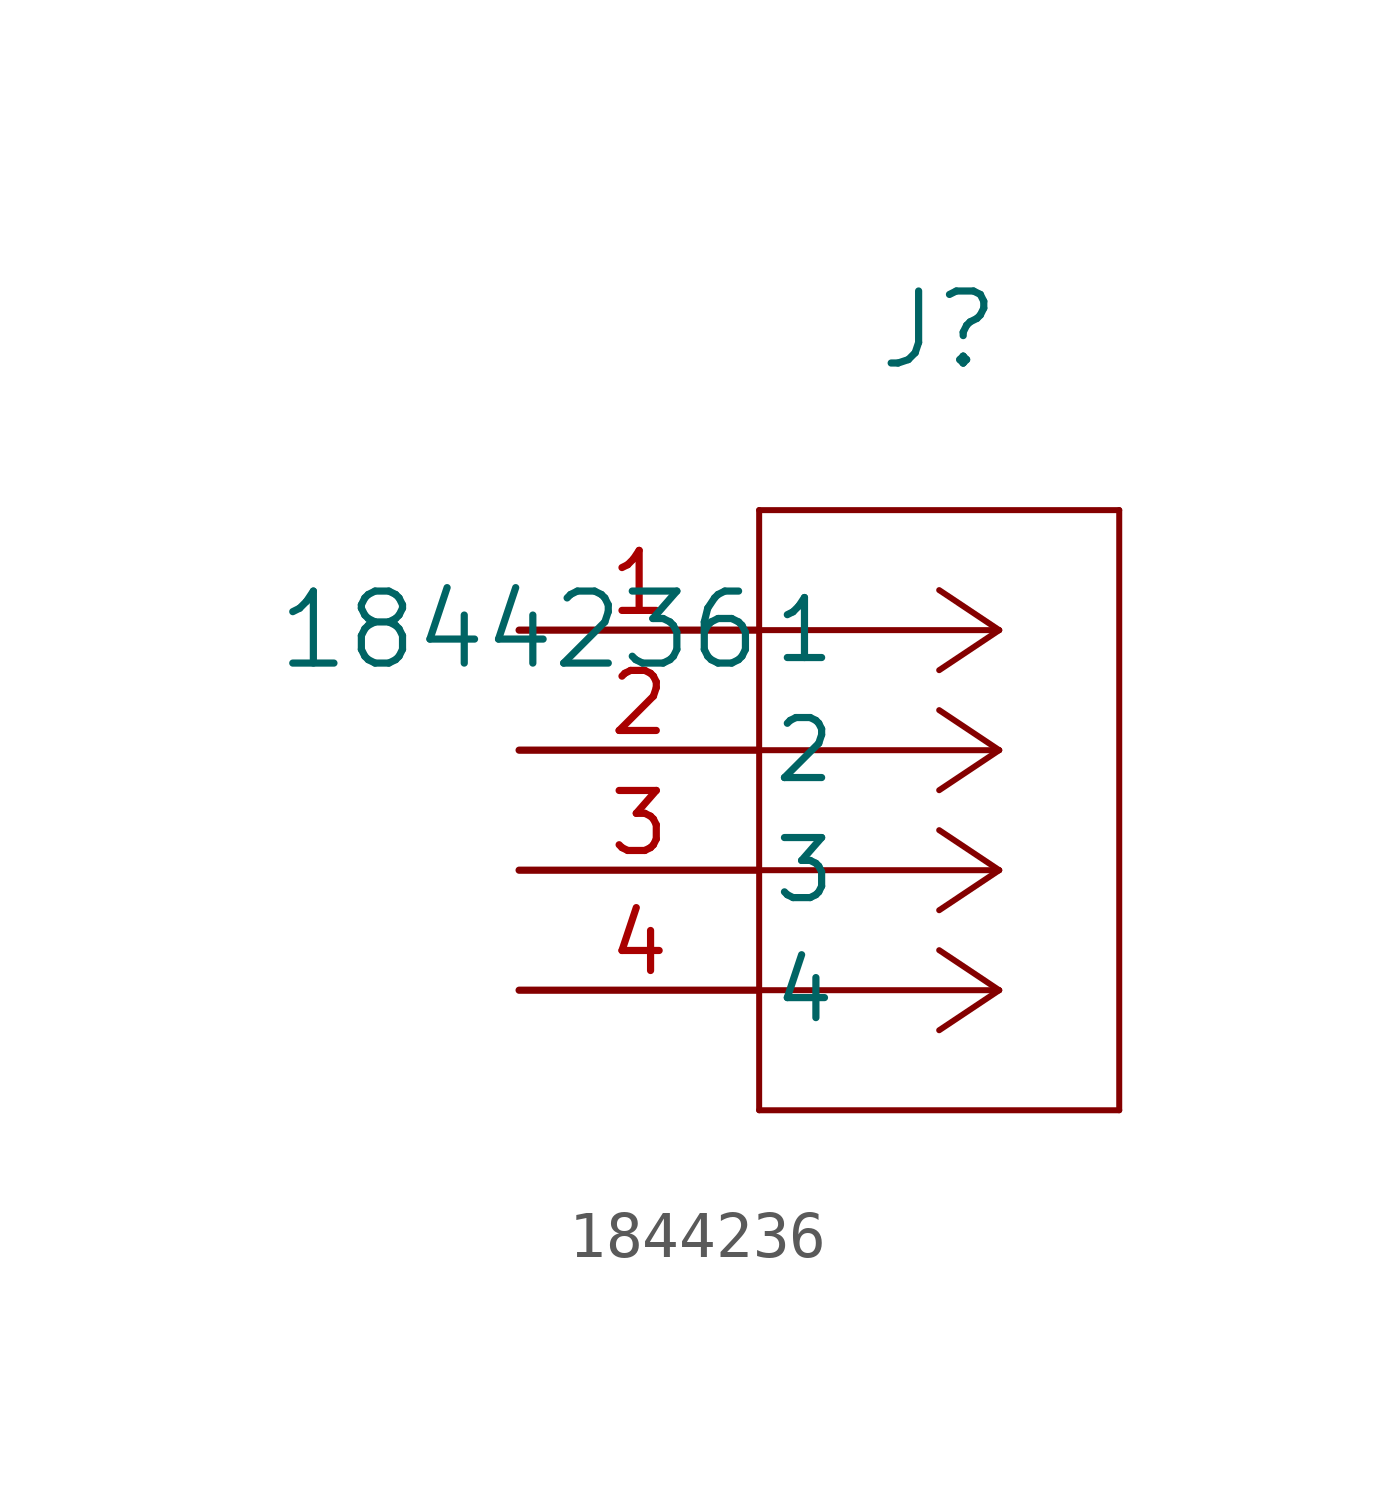
<source format=kicad_sym>
(kicad_symbol_lib
  (version 20211014)
  (generator kicad_symbol_editor)
  (symbol "1844236"
    (pin_names
      (offset 0.254))
    (property "Reference" "J"
      (at 8.89 6.35 0)
      (effects (font (size 1.524 1.524))))
    (property "Value" "1844236"
      (at 0 0 0)
      (effects (font (size 1.524 1.524))))
    (symbol "1844236_0_1"
      (polyline (pts (xy 10.16 0) (xy 5.08 0)) (stroke (width 0.127) (type default) (color 0 0 0 0)) (fill (type none)))
      (polyline (pts (xy 10.16 -2.54) (xy 5.08 -2.54)) (stroke (width 0.127) (type default) (color 0 0 0 0)) (fill (type none)))
      (polyline (pts (xy 10.16 -5.08) (xy 5.08 -5.08)) (stroke (width 0.127) (type default) (color 0 0 0 0)) (fill (type none)))
      (polyline (pts (xy 10.16 -7.62) (xy 5.08 -7.62)) (stroke (width 0.127) (type default) (color 0 0 0 0)) (fill (type none)))
      (polyline (pts (xy 10.16 0) (xy 8.89 0.847)) (stroke (width 0.127) (type default) (color 0 0 0 0)) (fill (type none)))
      (polyline (pts (xy 10.16 -2.54) (xy 8.89 -1.693)) (stroke (width 0.127) (type default) (color 0 0 0 0)) (fill (type none)))
      (polyline (pts (xy 10.16 -5.08) (xy 8.89 -4.233)) (stroke (width 0.127) (type default) (color 0 0 0 0)) (fill (type none)))
      (polyline (pts (xy 10.16 -7.62) (xy 8.89 -6.773)) (stroke (width 0.127) (type default) (color 0 0 0 0)) (fill (type none)))
      (polyline (pts (xy 10.16 0) (xy 8.89 -0.847)) (stroke (width 0.127) (type default) (color 0 0 0 0)) (fill (type none)))
      (polyline (pts (xy 10.16 -2.54) (xy 8.89 -3.387)) (stroke (width 0.127) (type default) (color 0 0 0 0)) (fill (type none)))
      (polyline (pts (xy 10.16 -5.08) (xy 8.89 -5.927)) (stroke (width 0.127) (type default) (color 0 0 0 0)) (fill (type none)))
      (polyline (pts (xy 10.16 -7.62) (xy 8.89 -8.467)) (stroke (width 0.127) (type default) (color 0 0 0 0)) (fill (type none)))
      (polyline (pts (xy 5.08 2.54) (xy 5.08 -10.16)) (stroke (width 0.127) (type default) (color 0 0 0 0)) (fill (type none)))
      (polyline (pts (xy 5.08 -10.16) (xy 12.7 -10.16)) (stroke (width 0.127) (type default) (color 0 0 0 0)) (fill (type none)))
      (polyline (pts (xy 12.7 -10.16) (xy 12.7 2.54)) (stroke (width 0.127) (type default) (color 0 0 0 0)) (fill (type none)))
      (polyline (pts (xy 12.7 2.54) (xy 5.08 2.54)) (stroke (width 0.127) (type default) (color 0 0 0 0)) (fill (type none)))
      (pin unspecified line (at 0 0 0) (length 5.08) (name "1" (effects (font (size 1.27 1.27)))) (number "1" (effects (font (size 1.27 1.27)))))
      (pin unspecified line (at 0 -2.54 0) (length 5.08) (name "2" (effects (font (size 1.27 1.27)))) (number "2" (effects (font (size 1.27 1.27)))))
      (pin unspecified line (at 0 -5.08 0) (length 5.08) (name "3" (effects (font (size 1.27 1.27)))) (number "3" (effects (font (size 1.27 1.27)))))
      (pin unspecified line (at 0 -7.62 0) (length 5.08) (name "4" (effects (font (size 1.27 1.27)))) (number "4" (effects (font (size 1.27 1.27))))))))
</source>
